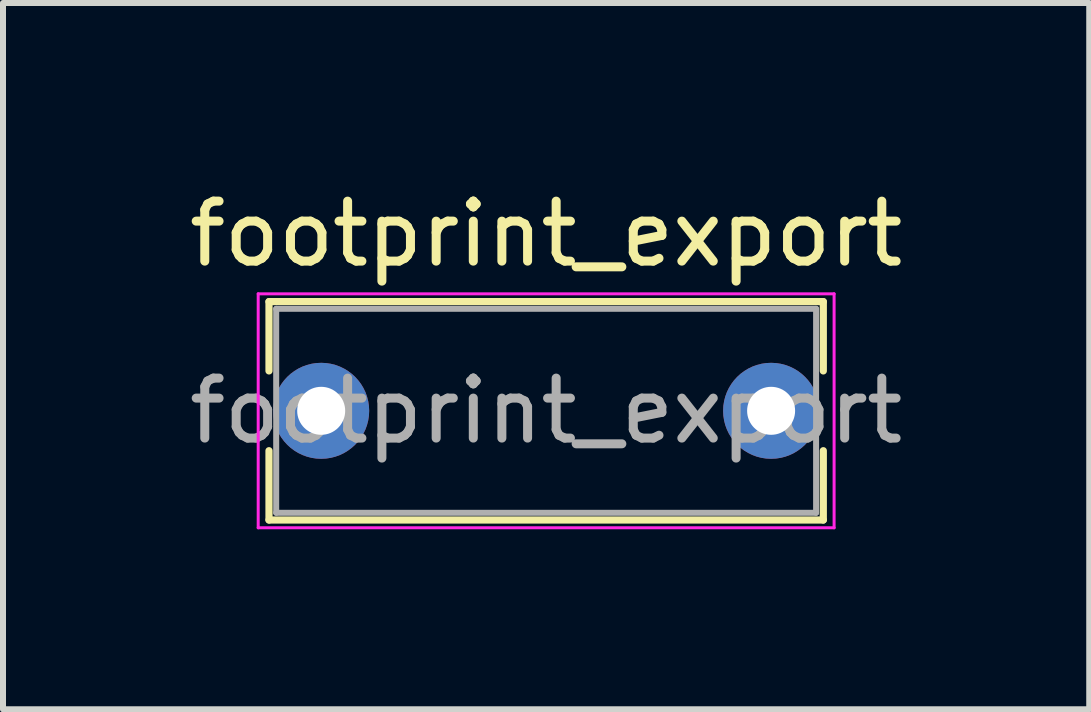
<source format=kicad_pcb>
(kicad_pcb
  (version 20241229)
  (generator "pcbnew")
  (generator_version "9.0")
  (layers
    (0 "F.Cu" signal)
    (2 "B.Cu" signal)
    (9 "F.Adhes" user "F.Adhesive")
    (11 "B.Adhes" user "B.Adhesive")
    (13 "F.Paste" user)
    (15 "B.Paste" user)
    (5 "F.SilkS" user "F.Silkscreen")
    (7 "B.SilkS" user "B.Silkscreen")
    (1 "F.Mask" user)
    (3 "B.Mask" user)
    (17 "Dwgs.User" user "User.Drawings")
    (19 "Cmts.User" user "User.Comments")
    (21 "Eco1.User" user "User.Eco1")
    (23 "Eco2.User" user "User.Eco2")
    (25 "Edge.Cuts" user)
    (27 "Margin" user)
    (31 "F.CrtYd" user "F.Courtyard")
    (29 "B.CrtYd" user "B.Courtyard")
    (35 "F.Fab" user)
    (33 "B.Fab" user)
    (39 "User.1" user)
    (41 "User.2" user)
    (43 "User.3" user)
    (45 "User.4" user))
  (footprint "footprint_export"
    (layer "F.Cu")
    (at 2.304 3.798)
    (property "Reference" "footprint_export" (at 3.75 -2.95 0) (layer "F.SilkS") (effects (font (size 1 1) (thickness 0.15))))
    (attr through_hole)
    (fp_line (start -0.87 -1.82) (end -0.87 -0.665) (stroke (width 0.12) (type solid)) (layer "F.SilkS"))
    (fp_line (start -0.87 -1.82) (end 8.37 -1.82) (stroke (width 0.12) (type solid)) (layer "F.SilkS"))
    (fp_line (start -0.87 0.665) (end -0.87 1.82) (stroke (width 0.12) (type solid)) (layer "F.SilkS"))
    (fp_line (start -0.87 1.82) (end 8.37 1.82) (stroke (width 0.12) (type solid)) (layer "F.SilkS"))
    (fp_line (start 8.37 -1.82) (end 8.37 -0.665) (stroke (width 0.12) (type solid)) (layer "F.SilkS"))
    (fp_line (start 8.37 0.665) (end 8.37 1.82) (stroke (width 0.12) (type solid)) (layer "F.SilkS"))
    (fp_line (start -1.05 -1.95) (end -1.05 1.95) (stroke (width 0.05) (type solid)) (layer "F.CrtYd"))
    (fp_line (start -1.05 1.95) (end 8.55 1.95) (stroke (width 0.05) (type solid)) (layer "F.CrtYd"))
    (fp_line (start 8.55 -1.95) (end -1.05 -1.95) (stroke (width 0.05) (type solid)) (layer "F.CrtYd"))
    (fp_line (start 8.55 1.95) (end 8.55 -1.95) (stroke (width 0.05) (type solid)) (layer "F.CrtYd"))
    (fp_line (start -0.75 -1.7) (end -0.75 1.7) (stroke (width 0.1) (type solid)) (layer "F.Fab"))
    (fp_line (start -0.75 1.7) (end 8.25 1.7) (stroke (width 0.1) (type solid)) (layer "F.Fab"))
    (fp_line (start 8.25 -1.7) (end -0.75 -1.7) (stroke (width 0.1) (type solid)) (layer "F.Fab"))
    (fp_line (start 8.25 1.7) (end 8.25 -1.7) (stroke (width 0.1) (type solid)) (layer "F.Fab"))
    (fp_text user "${REFERENCE}" (at 3.75 0 0) (layer "F.Fab") (effects (font (size 1 1) (thickness 0.15))))
    (pad "1" thru_hole circle (at 0 0) (size 1.6 1.6) (drill 0.8) (layers "*.Cu" "*.Mask"))
    (pad "2" thru_hole circle (at 7.5 0) (size 1.6 1.6) (drill 0.8) (layers "*.Cu" "*.Mask")))
  (gr_rect
    (start -3 -3)
    (end 15.107 8.773)
    (stroke (width 0.1) (type default))
    (fill no)
    (layer "Edge.Cuts")))
</source>
